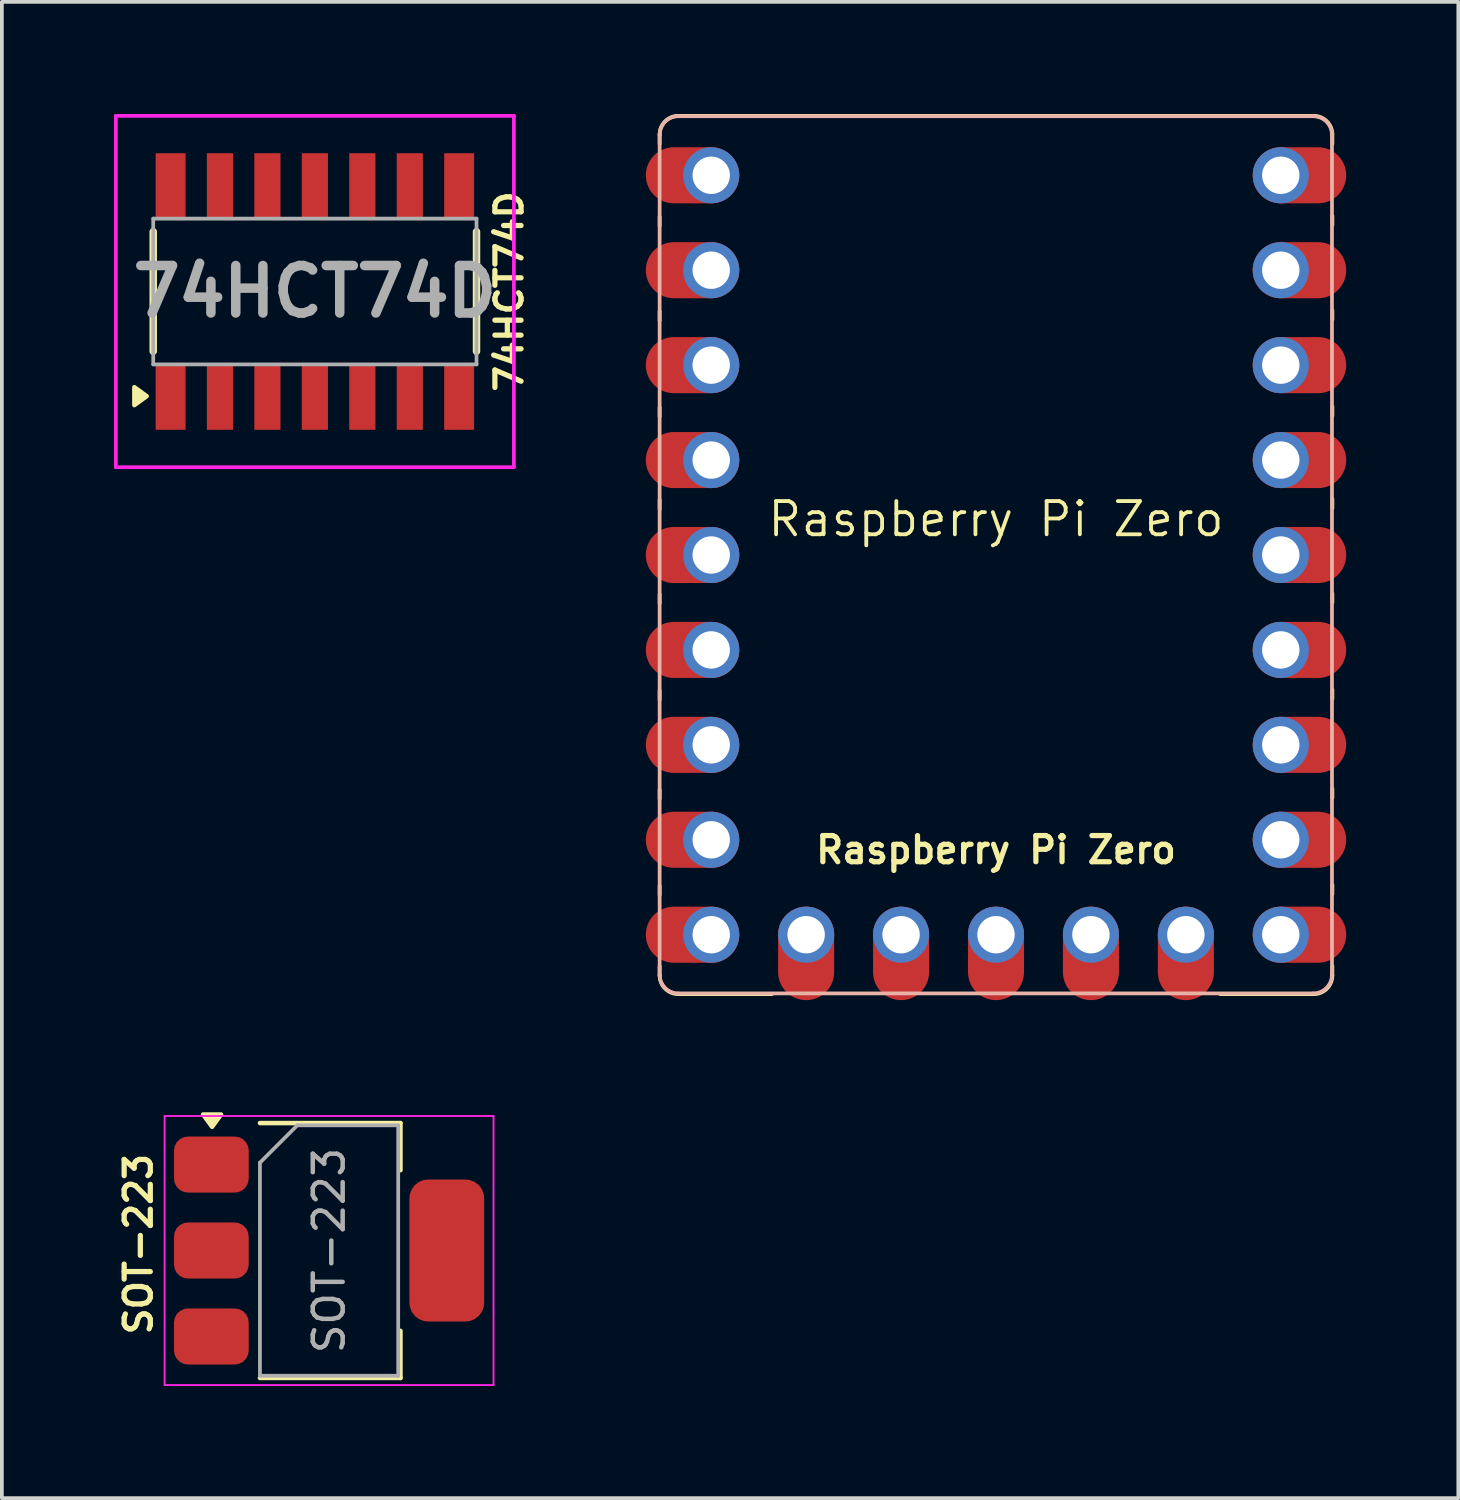
<source format=kicad_pcb>
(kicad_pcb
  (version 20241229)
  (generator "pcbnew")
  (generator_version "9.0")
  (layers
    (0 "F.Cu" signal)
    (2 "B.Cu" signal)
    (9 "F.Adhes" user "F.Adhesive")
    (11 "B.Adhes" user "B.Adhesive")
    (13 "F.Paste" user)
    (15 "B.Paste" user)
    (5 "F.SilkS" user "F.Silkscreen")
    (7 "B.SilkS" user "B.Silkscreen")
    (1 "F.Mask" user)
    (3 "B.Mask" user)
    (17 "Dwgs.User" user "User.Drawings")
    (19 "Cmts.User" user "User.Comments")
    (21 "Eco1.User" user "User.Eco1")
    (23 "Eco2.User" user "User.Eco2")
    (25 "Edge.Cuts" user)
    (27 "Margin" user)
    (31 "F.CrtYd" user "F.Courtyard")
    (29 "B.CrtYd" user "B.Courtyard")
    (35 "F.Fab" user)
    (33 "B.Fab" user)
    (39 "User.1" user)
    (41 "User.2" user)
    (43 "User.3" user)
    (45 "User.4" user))
  (footprint "SOT-223"
    (layer "F.Cu")
    (at 5.755 30.41)
    (property "Reference" "SOT-223" (at -5.1 -0.17 90) (layer "F.SilkS") (effects (font (size 0.7 0.7) (thickness 0.14) (bold yes))))
    (attr smd)
    (fp_line (start -1.85 -3.41) (end 1.91 -3.41) (stroke (width 0.12) (type solid)) (layer "F.SilkS"))
    (fp_line (start -1.85 3.41) (end 1.91 3.41) (stroke (width 0.12) (type solid)) (layer "F.SilkS"))
    (fp_line (start 1.91 -3.41) (end 1.91 -2.15) (stroke (width 0.12) (type solid)) (layer "F.SilkS"))
    (fp_line (start 1.91 3.41) (end 1.91 2.15) (stroke (width 0.12) (type solid)) (layer "F.SilkS"))
    (fp_poly (pts (xy -3.13 -3.31) (xy -3.37 -3.64) (xy -2.89 -3.64) (xy -3.13 -3.31)) (stroke (width 0.12) (type solid)) (fill yes) (layer "F.SilkS"))
    (fp_line (start -4.4 -3.6) (end -4.4 3.6) (stroke (width 0.05) (type solid)) (layer "F.CrtYd"))
    (fp_line (start -4.4 3.6) (end 4.4 3.6) (stroke (width 0.05) (type solid)) (layer "F.CrtYd"))
    (fp_line (start 4.4 -3.6) (end -4.4 -3.6) (stroke (width 0.05) (type solid)) (layer "F.CrtYd"))
    (fp_line (start 4.4 3.6) (end 4.4 -3.6) (stroke (width 0.05) (type solid)) (layer "F.CrtYd"))
    (fp_line (start -1.85 -2.35) (end -1.85 3.35) (stroke (width 0.1) (type solid)) (layer "F.Fab"))
    (fp_line (start -1.85 -2.35) (end -0.85 -3.35) (stroke (width 0.1) (type solid)) (layer "F.Fab"))
    (fp_line (start -1.85 3.35) (end 1.85 3.35) (stroke (width 0.1) (type solid)) (layer "F.Fab"))
    (fp_line (start -0.85 -3.35) (end 1.85 -3.35) (stroke (width 0.1) (type solid)) (layer "F.Fab"))
    (fp_line (start 1.85 -3.35) (end 1.85 3.35) (stroke (width 0.1) (type solid)) (layer "F.Fab"))
    (fp_text user "${REFERENCE}" (at 0 0 90) (layer "F.Fab") (effects (font (size 0.8 0.8) (thickness 0.12))))
    (pad "1" smd roundrect (at -3.15 -2.3) (size 2 1.5) (layers "F.Cu" "F.Mask" "F.Paste") (roundrect_rratio 0.25))
    (pad "2" smd roundrect (at -3.15 0) (size 2 1.5) (layers "F.Cu" "F.Mask" "F.Paste") (roundrect_rratio 0.25))
    (pad "2" smd roundrect (at 3.15 0) (size 2 3.8) (layers "F.Cu" "F.Mask" "F.Paste") (roundrect_rratio 0.25))
    (pad "3" smd roundrect (at -3.15 2.3) (size 2 1.5) (layers "F.Cu" "F.Mask" "F.Paste") (roundrect_rratio 0.25)))
  (footprint "74HCT74D"
    (layer "F.Cu")
    (at 5.375 4.75)
    (property "Reference" "74HCT74D" (at 5.2 0 270) (layer "F.SilkS") (effects (font (size 0.7 0.7) (thickness 0.14) (bold yes))))
    (attr smd)
    (fp_line (start -4.325 -1.6) (end -4.325 1.6) (stroke (width 0.2) (type solid)) (layer "F.SilkS"))
    (fp_line (start 4.325 -1.6) (end 4.325 1.6) (stroke (width 0.2) (type solid)) (layer "F.SilkS"))
    (fp_poly (pts (xy -4.5 2.8) (xy -4.83 3.04) (xy -4.83 2.56) (xy -4.5 2.8)) (stroke (width 0.12) (type solid)) (fill yes) (layer "F.SilkS"))
    (fp_line (start -5.325 -4.7) (end 5.325 -4.7) (stroke (width 0.1) (type solid)) (layer "F.CrtYd"))
    (fp_line (start -5.325 4.7) (end -5.325 -4.7) (stroke (width 0.1) (type solid)) (layer "F.CrtYd"))
    (fp_line (start 5.325 -4.7) (end 5.325 4.7) (stroke (width 0.1) (type solid)) (layer "F.CrtYd"))
    (fp_line (start 5.325 4.7) (end -5.325 4.7) (stroke (width 0.1) (type solid)) (layer "F.CrtYd"))
    (fp_line (start -4.325 -1.95) (end 4.325 -1.95) (stroke (width 0.1) (type solid)) (layer "F.Fab"))
    (fp_line (start -4.325 1.95) (end -4.325 -1.95) (stroke (width 0.1) (type solid)) (layer "F.Fab"))
    (fp_line (start 4.325 -1.95) (end 4.325 1.95) (stroke (width 0.1) (type solid)) (layer "F.Fab"))
    (fp_line (start 4.325 1.95) (end -4.325 1.95) (stroke (width 0.1) (type solid)) (layer "F.Fab"))
    (fp_text user "${REFERENCE}" (at 0 0 0) (layer "F.Fab") (effects (font (size 1.27 1.27) (thickness 0.254))))
    (pad "1" smd rect (at -3.86 2.825) (size 0.8 1.75) (layers "F.Cu" "F.Mask" "F.Paste"))
    (pad "2" smd rect (at -2.54 2.825) (size 0.7 1.75) (layers "F.Cu" "F.Mask" "F.Paste"))
    (pad "3" smd rect (at -1.27 2.825) (size 0.7 1.75) (layers "F.Cu" "F.Mask" "F.Paste"))
    (pad "4" smd rect (at 0 2.825) (size 0.7 1.75) (layers "F.Cu" "F.Mask" "F.Paste"))
    (pad "5" smd rect (at 1.27 2.825) (size 0.7 1.75) (layers "F.Cu" "F.Mask" "F.Paste"))
    (pad "6" smd rect (at 2.54 2.825) (size 0.7 1.75) (layers "F.Cu" "F.Mask" "F.Paste"))
    (pad "7" smd rect (at 3.86 2.825) (size 0.8 1.75) (layers "F.Cu" "F.Mask" "F.Paste"))
    (pad "8" smd rect (at 3.86 -2.825) (size 0.8 1.75) (layers "F.Cu" "F.Mask" "F.Paste"))
    (pad "9" smd rect (at 2.54 -2.825) (size 0.7 1.75) (layers "F.Cu" "F.Mask" "F.Paste"))
    (pad "10" smd rect (at 1.27 -2.825) (size 0.7 1.75) (layers "F.Cu" "F.Mask" "F.Paste"))
    (pad "11" smd rect (at 0 -2.825) (size 0.7 1.75) (layers "F.Cu" "F.Mask" "F.Paste"))
    (pad "12" smd rect (at -1.27 -2.825) (size 0.7 1.75) (layers "F.Cu" "F.Mask" "F.Paste"))
    (pad "13" smd rect (at -2.54 -2.825) (size 0.7 1.75) (layers "F.Cu" "F.Mask" "F.Paste"))
    (pad "14" smd rect (at -3.86 -2.825) (size 0.8 1.75) (layers "F.Cu" "F.Mask" "F.Paste")))
  (footprint "Raspberry Pi Zero"
    (layer "F.Cu")
    (at 23.6 11.8)
    (property "Reference" "Raspberry Pi Zero" (at 0 -0.96 0) (layer "F.SilkS") (effects (font (size 0.889 0.889) (thickness 0.102))))
    (attr through_hole exclude_from_pos_files)
    (fp_line (start -9 -11.25) (end -9 -11) (stroke (width 0.1) (type default)) (layer "F.SilkS"))
    (fp_line (start -9 -9.05) (end -9 -8.8) (stroke (width 0.1) (type default)) (layer "F.SilkS"))
    (fp_line (start -9 -6.525) (end -9 -6.275) (stroke (width 0.1) (type default)) (layer "F.SilkS"))
    (fp_line (start -9 -3.95) (end -9 -3.7) (stroke (width 0.1) (type default)) (layer "F.SilkS"))
    (fp_line (start -9 -1.475) (end -9 -1.225) (stroke (width 0.1) (type default)) (layer "F.SilkS"))
    (fp_line (start -9 1.05) (end -9 1.3) (stroke (width 0.1) (type default)) (layer "F.SilkS"))
    (fp_line (start -9 3.625) (end -9 3.875) (stroke (width 0.1) (type default)) (layer "F.SilkS"))
    (fp_line (start -9 6.275) (end -9 6.525) (stroke (width 0.1) (type default)) (layer "F.SilkS"))
    (fp_line (start -9 8.85) (end -9 9.1) (stroke (width 0.1) (type default)) (layer "F.SilkS"))
    (fp_line (start -9 11.25) (end -9 11) (stroke (width 0.1) (type default)) (layer "F.SilkS"))
    (fp_line (start -8.5 -11.75) (end 8.5 -11.75) (stroke (width 0.1) (type default)) (layer "F.SilkS"))
    (fp_line (start -8.5 11.75) (end -6 11.75) (stroke (width 0.1) (type default)) (layer "F.SilkS"))
    (fp_line (start 8.5 11.75) (end 6 11.75) (stroke (width 0.1) (type default)) (layer "F.SilkS"))
    (fp_line (start 9 -11.25) (end 9 -11) (stroke (width 0.1) (type default)) (layer "F.SilkS"))
    (fp_line (start 9 -9.075) (end 9 -8.825) (stroke (width 0.1) (type default)) (layer "F.SilkS"))
    (fp_line (start 9 -6.55) (end 9 -6.3) (stroke (width 0.1) (type default)) (layer "F.SilkS"))
    (fp_line (start 9 -3.975) (end 9 -3.725) (stroke (width 0.1) (type default)) (layer "F.SilkS"))
    (fp_line (start 9 -1.5) (end 9 -1.25) (stroke (width 0.1) (type default)) (layer "F.SilkS"))
    (fp_line (start 9 1.025) (end 9 1.275) (stroke (width 0.1) (type default)) (layer "F.SilkS"))
    (fp_line (start 9 3.6) (end 9 3.85) (stroke (width 0.1) (type default)) (layer "F.SilkS"))
    (fp_line (start 9 6.25) (end 9 6.5) (stroke (width 0.1) (type default)) (layer "F.SilkS"))
    (fp_line (start 9 8.825) (end 9 9.075) (stroke (width 0.1) (type default)) (layer "F.SilkS"))
    (fp_line (start 9 11.25) (end 9 11) (stroke (width 0.1) (type default)) (layer "F.SilkS"))
    (fp_arc (start -9 -11.25) (mid -8.853553 -11.603553) (end -8.5 -11.75) (stroke (width 0.1) (type default)) (layer "F.SilkS"))
    (fp_arc (start -8.5 11.75) (mid -8.853553 11.603553) (end -9 11.25) (stroke (width 0.1) (type default)) (layer "F.SilkS"))
    (fp_arc (start 8.5 -11.75) (mid 8.853553 -11.603553) (end 9 -11.25) (stroke (width 0.1) (type default)) (layer "F.SilkS"))
    (fp_arc (start 9 11.25) (mid 8.853553 11.603553) (end 8.5 11.75) (stroke (width 0.1) (type default)) (layer "F.SilkS"))
    (fp_line (start -9 11.23) (end -9 -11.24) (stroke (width 0.1) (type default)) (layer "B.SilkS"))
    (fp_line (start -8.5 -11.74) (end 8.49 -11.74) (stroke (width 0.1) (type default)) (layer "B.SilkS"))
    (fp_line (start 8.49 11.73) (end -8.5 11.73) (stroke (width 0.1) (type default)) (layer "B.SilkS"))
    (fp_line (start 8.99 -11.24) (end 8.99 11.23) (stroke (width 0.1) (type default)) (layer "B.SilkS"))
    (fp_arc (start -9 -11.24) (mid -8.853553 -11.593553) (end -8.5 -11.74) (stroke (width 0.1) (type default)) (layer "B.SilkS"))
    (fp_arc (start -8.5 11.73) (mid -8.853553 11.583553) (end -9 11.23) (stroke (width 0.1) (type default)) (layer "B.SilkS"))
    (fp_arc (start 8.49 -11.74) (mid 8.843553 -11.593553) (end 8.99 -11.24) (stroke (width 0.1) (type default)) (layer "B.SilkS"))
    (fp_arc (start 8.99 11.23) (mid 8.843553 11.583553) (end 8.49 11.73) (stroke (width 0.1) (type default)) (layer "B.SilkS"))
    (fp_text user "${REFERENCE}" (at 0 8.3 0) (unlocked yes) (layer "F.SilkS") (effects (font (size 0.7 0.7) (thickness 0.14) (bold yes)) (justify bottom)))
    (pad "1" thru_hole oval (at 7.62 -10.16) (size 1.5 1.5) (drill 1) (layers "*.Cu" "*.Mask"))
    (pad "1" smd oval (at 8.12 -10.16) (size 2.5 1.5) (layers "F.Cu" "F.Mask" "F.Paste"))
    (pad "2" thru_hole oval (at 7.62 -7.62) (size 1.5 1.5) (drill 1) (layers "*.Cu" "*.Mask"))
    (pad "2" smd oval (at 8.12 -7.62) (size 2.5 1.5) (layers "F.Cu" "F.Mask" "F.Paste"))
    (pad "3" thru_hole oval (at 7.62 -5.08) (size 1.5 1.5) (drill 1) (layers "*.Cu" "*.Mask"))
    (pad "3" smd oval (at 8.12 -5.08) (size 2.5 1.5) (layers "F.Cu" "F.Mask" "F.Paste"))
    (pad "4" thru_hole oval (at 7.62 -2.54) (size 1.5 1.5) (drill 1) (layers "*.Cu" "*.Mask"))
    (pad "4" smd oval (at 8.12 -2.54) (size 2.5 1.5) (layers "F.Cu" "F.Mask" "F.Paste"))
    (pad "5" thru_hole oval (at 7.62 0) (size 1.5 1.5) (drill 1) (layers "*.Cu" "*.Mask"))
    (pad "5" smd oval (at 8.12 0) (size 2.5 1.5) (layers "F.Cu" "F.Mask" "F.Paste"))
    (pad "6" thru_hole oval (at 7.62 2.54) (size 1.5 1.5) (drill 1) (layers "*.Cu" "*.Mask"))
    (pad "6" smd oval (at 8.12 2.54) (size 2.5 1.5) (layers "F.Cu" "F.Mask" "F.Paste"))
    (pad "7" thru_hole oval (at 7.62 5.08) (size 1.5 1.5) (drill 1) (layers "*.Cu" "*.Mask"))
    (pad "7" smd oval (at 8.12 5.08) (size 2.5 1.5) (layers "F.Cu" "F.Mask" "F.Paste"))
    (pad "8" thru_hole oval (at 7.62 7.62) (size 1.5 1.5) (drill 1) (layers "*.Cu" "*.Mask"))
    (pad "8" smd oval (at 8.12 7.62) (size 2.5 1.5) (layers "F.Cu" "F.Mask" "F.Paste"))
    (pad "9" thru_hole oval (at 7.62 10.16) (size 1.5 1.5) (drill 1) (layers "*.Cu" "*.Mask"))
    (pad "9" smd oval (at 8.12 10.16) (size 2.5 1.5) (layers "F.Cu" "F.Mask" "F.Paste"))
    (pad "10" thru_hole oval (at 5.08 10.16) (size 1.5 1.5) (drill 1) (layers "*.Cu" "*.Mask"))
    (pad "10" smd oval (at 5.08 10.66 90) (size 2.5 1.5) (layers "F.Cu" "F.Mask" "F.Paste"))
    (pad "11" thru_hole oval (at 2.54 10.16) (size 1.5 1.5) (drill 1) (layers "*.Cu" "*.Mask"))
    (pad "11" smd oval (at 2.54 10.66 90) (size 2.5 1.5) (layers "F.Cu" "F.Mask" "F.Paste"))
    (pad "12" thru_hole oval (at 0 10.16) (size 1.5 1.5) (drill 1) (layers "*.Cu" "*.Mask"))
    (pad "12" smd oval (at 0 10.66 90) (size 2.5 1.5) (layers "F.Cu" "F.Mask" "F.Paste"))
    (pad "13" thru_hole oval (at -2.54 10.16) (size 1.5 1.5) (drill 1) (layers "*.Cu" "*.Mask"))
    (pad "13" smd oval (at -2.54 10.66 90) (size 2.5 1.5) (layers "F.Cu" "F.Mask" "F.Paste"))
    (pad "14" thru_hole oval (at -5.08 10.16) (size 1.5 1.5) (drill 1) (layers "*.Cu" "*.Mask"))
    (pad "14" smd oval (at -5.08 10.66 90) (size 2.5 1.5) (layers "F.Cu" "F.Mask" "F.Paste"))
    (pad "15" smd oval (at -8.12 10.16) (size 2.5 1.5) (layers "F.Cu" "F.Mask" "F.Paste"))
    (pad "15" thru_hole oval (at -7.62 10.16) (size 1.5 1.5) (drill 1) (layers "*.Cu" "*.Mask"))
    (pad "16" smd oval (at -8.12 7.62) (size 2.5 1.5) (layers "F.Cu" "F.Mask" "F.Paste"))
    (pad "16" thru_hole oval (at -7.62 7.62) (size 1.5 1.5) (drill 1) (layers "*.Cu" "*.Mask"))
    (pad "17" smd oval (at -8.12 5.08) (size 2.5 1.5) (layers "F.Cu" "F.Mask" "F.Paste"))
    (pad "17" thru_hole oval (at -7.62 5.08) (size 1.5 1.5) (drill 1) (layers "*.Cu" "*.Mask"))
    (pad "18" smd oval (at -8.12 2.54) (size 2.5 1.5) (layers "F.Cu" "F.Mask" "F.Paste"))
    (pad "18" thru_hole oval (at -7.62 2.54) (size 1.5 1.5) (drill 1) (layers "*.Cu" "*.Mask"))
    (pad "19" smd oval (at -8.12 0) (size 2.5 1.5) (layers "F.Cu" "F.Mask" "F.Paste"))
    (pad "19" thru_hole oval (at -7.62 0) (size 1.5 1.5) (drill 1) (layers "*.Cu" "*.Mask"))
    (pad "20" smd oval (at -8.12 -2.54) (size 2.5 1.5) (layers "F.Cu" "F.Mask" "F.Paste"))
    (pad "20" thru_hole oval (at -7.62 -2.54) (size 1.5 1.5) (drill 1) (layers "*.Cu" "*.Mask"))
    (pad "21" smd oval (at -8.12 -5.08) (size 2.5 1.5) (layers "F.Cu" "F.Mask" "F.Paste"))
    (pad "21" thru_hole oval (at -7.62 -5.08) (size 1.5 1.5) (drill 1) (layers "*.Cu" "*.Mask"))
    (pad "22" smd oval (at -8.12 -7.62) (size 2.5 1.5) (layers "F.Cu" "F.Mask" "F.Paste"))
    (pad "22" thru_hole oval (at -7.62 -7.62) (size 1.5 1.5) (drill 1) (layers "*.Cu" "*.Mask"))
    (pad "23" smd oval (at -8.12 -10.16) (size 2.5 1.5) (layers "F.Cu" "F.Mask" "F.Paste"))
    (pad "23" thru_hole oval (at -7.62 -10.16) (size 1.5 1.5) (drill 1) (layers "*.Cu" "*.Mask")))
  (gr_rect
    (start -3 -3)
    (end 35.97 37.035)
    (stroke (width 0.1) (type default))
    (fill no)
    (layer "Edge.Cuts")))
</source>
